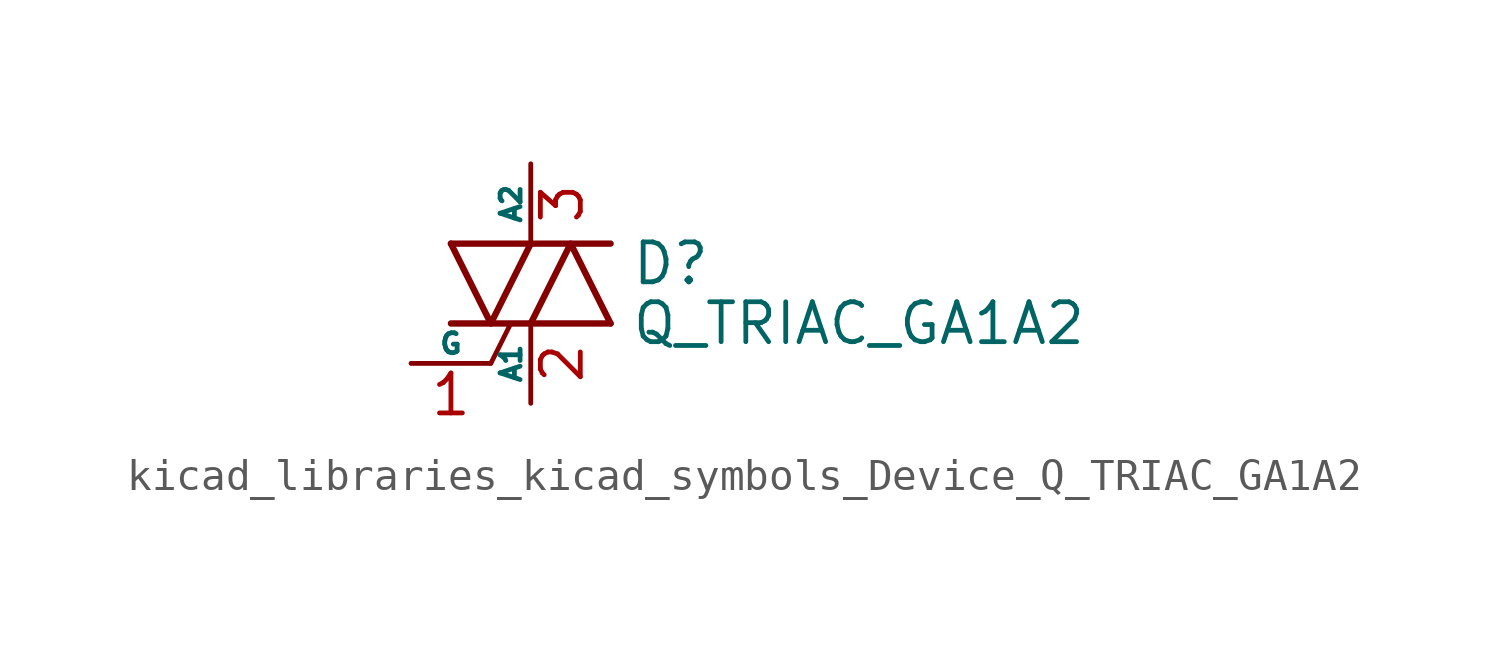
<source format=kicad_sym>
(kicad_symbol_lib
  (version 20220914)
  (generator kicad_symbol_editor)
  (symbol "kicad_libraries_kicad_symbols_Device_Q_TRIAC_GA1A2"
    (pin_names
      (offset 0))
    (property "Reference" "D"
      (at 3.175 0.635 0)
      (effects (font (size 1.27 1.27)) (justify left)))
    (property "Value" "Q_TRIAC_GA1A2"
      (at 3.175 -1.27 0)
      (effects (font (size 1.27 1.27)) (justify left)))
    (symbol "kicad_libraries_kicad_symbols_Device_Q_TRIAC_GA1A2_0_1"
      (polyline (pts (xy -2.54 -1.27) (xy 2.54 -1.27)) (stroke (width 0.203) (type default)) (fill (type none)))
      (polyline (pts (xy -2.54 1.27) (xy 2.54 1.27)) (stroke (width 0.203) (type default)) (fill (type none)))
      (polyline (pts (xy -1.27 -2.54) (xy -0.635 -1.27)) (stroke (width 0) (type default)) (fill (type none)))
      (polyline (pts (xy -2.54 1.27) (xy -1.27 -1.27) (xy 0 1.27)) (stroke (width 0.203) (type default)) (fill (type none)))
      (polyline (pts (xy 0 -1.27) (xy 1.27 1.27) (xy 2.54 -1.27)) (stroke (width 0.203) (type default)) (fill (type none))))
    (symbol "kicad_libraries_kicad_symbols_Device_Q_TRIAC_GA1A2_1_1"
      (pin input line (at -3.81 -2.54 0) (length 2.54) (name "G" (effects (font (size 0.635 0.635)))) (number "1" (effects (font (size 1.27 1.27)))))
      (pin passive line (at 0 -3.81 90) (length 2.54) (name "A1" (effects (font (size 0.635 0.635)))) (number "2" (effects (font (size 1.27 1.27)))))
      (pin passive line (at 0 3.81 270) (length 2.54) (name "A2" (effects (font (size 0.635 0.635)))) (number "3" (effects (font (size 1.27 1.27))))))))
</source>
